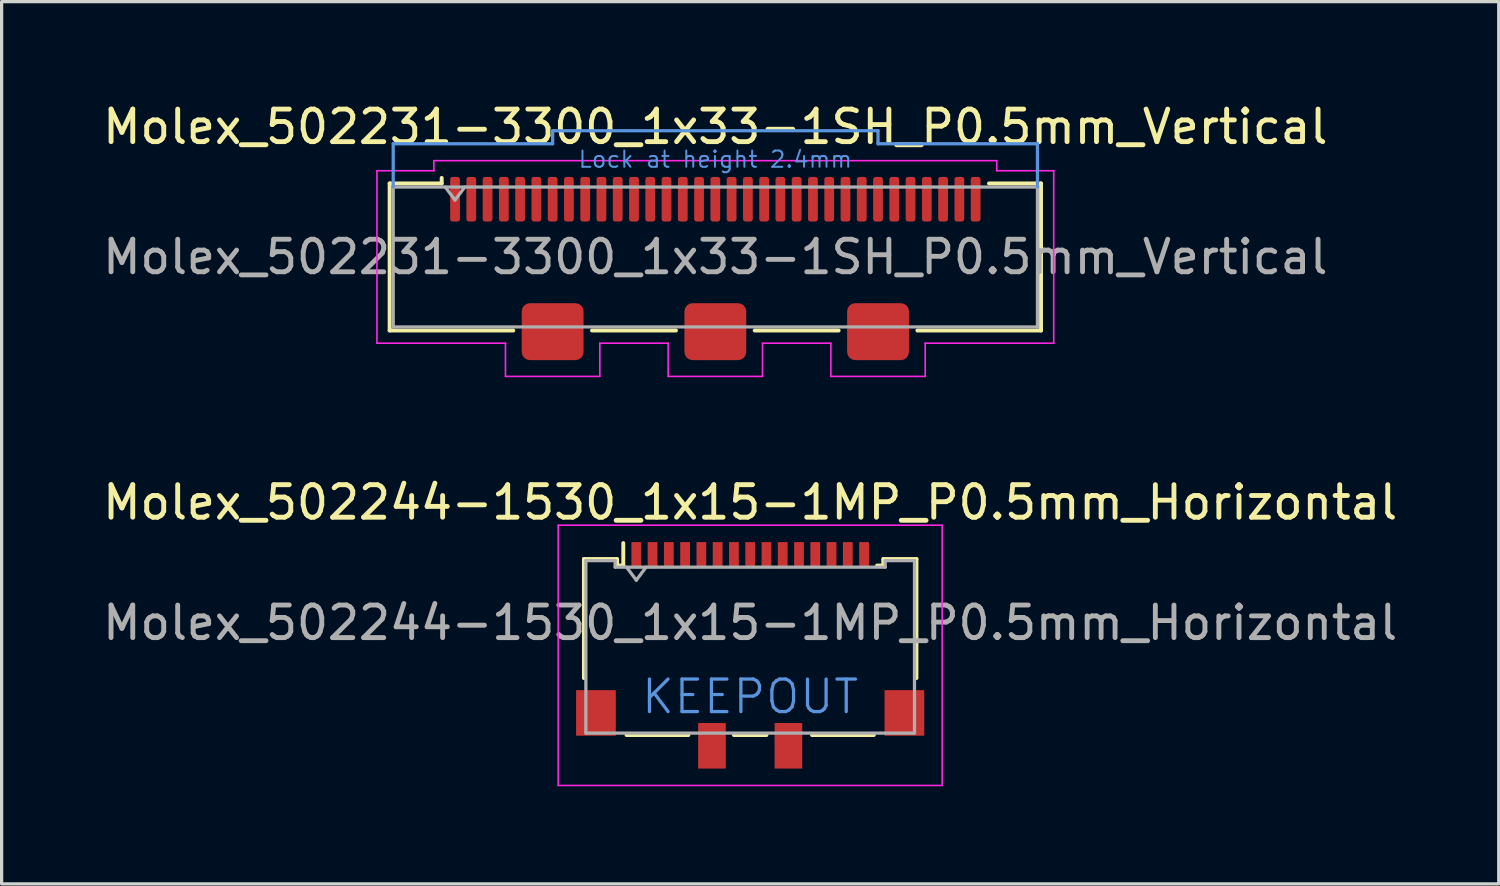
<source format=kicad_pcb>
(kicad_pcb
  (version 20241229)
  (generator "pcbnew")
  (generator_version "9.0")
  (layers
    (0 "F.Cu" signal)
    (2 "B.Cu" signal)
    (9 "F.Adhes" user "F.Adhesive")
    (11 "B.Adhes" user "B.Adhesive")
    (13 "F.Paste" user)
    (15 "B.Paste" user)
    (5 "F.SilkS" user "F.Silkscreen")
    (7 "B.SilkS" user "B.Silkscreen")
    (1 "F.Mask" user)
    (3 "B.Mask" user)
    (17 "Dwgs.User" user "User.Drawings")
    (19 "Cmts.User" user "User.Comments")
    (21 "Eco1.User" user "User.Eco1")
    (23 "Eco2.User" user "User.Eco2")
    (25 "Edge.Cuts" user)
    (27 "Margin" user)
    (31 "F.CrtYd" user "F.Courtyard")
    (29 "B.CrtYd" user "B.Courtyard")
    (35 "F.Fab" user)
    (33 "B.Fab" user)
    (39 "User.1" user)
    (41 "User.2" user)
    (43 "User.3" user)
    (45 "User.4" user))
  (footprint "Molex_502231-3300_1x33-1SH_P0.5mm_Vertical"
    (layer "F.Cu")
    (at 18.935 4.118)
    (property "Reference" "Molex_502231-3300_1x33-1SH_P0.5mm_Vertical" (at 0 -3.27 0) (layer "F.SilkS") (effects (font (size 1 1) (thickness 0.15))))
    (attr smd)
    (fp_line (start -10.01 2.99) (end -10.01 -1.53) (stroke (width 0.12) (type solid)) (layer "F.SilkS"))
    (fp_line (start -8.41 -1.53) (end -10.01 -1.53) (stroke (width 0.12) (type solid)) (layer "F.SilkS"))
    (fp_line (start -8.41 -1.53) (end -8.41 -1.7) (stroke (width 0.12) (type solid)) (layer "F.SilkS"))
    (fp_line (start -6.21 2.99) (end -10.01 2.99) (stroke (width 0.12) (type solid)) (layer "F.SilkS"))
    (fp_line (start -3.79 2.99) (end -1.21 2.99) (stroke (width 0.12) (type solid)) (layer "F.SilkS"))
    (fp_line (start 1.21 2.99) (end 3.79 2.99) (stroke (width 0.12) (type solid)) (layer "F.SilkS"))
    (fp_line (start 6.21 2.99) (end 10.01 2.99) (stroke (width 0.12) (type solid)) (layer "F.SilkS"))
    (fp_line (start 8.41 -1.53) (end 10.01 -1.53) (stroke (width 0.12) (type solid)) (layer "F.SilkS"))
    (fp_line (start 10.01 2.99) (end 10.01 -1.53) (stroke (width 0.12) (type solid)) (layer "F.SilkS"))
    (fp_line (start -9.9 -2.75) (end -9.9 -1.42) (stroke (width 0.1) (type solid)) (layer "Cmts.User"))
    (fp_line (start -5 -3.15) (end -5 -2.75) (stroke (width 0.1) (type solid)) (layer "Cmts.User"))
    (fp_line (start -5 -3.15) (end 5 -3.15) (stroke (width 0.1) (type solid)) (layer "Cmts.User"))
    (fp_line (start -5 -2.75) (end -9.9 -2.75) (stroke (width 0.1) (type solid)) (layer "Cmts.User"))
    (fp_line (start 5 -3.15) (end 5 -2.75) (stroke (width 0.1) (type solid)) (layer "Cmts.User"))
    (fp_line (start 5 -2.75) (end 9.9 -2.75) (stroke (width 0.1) (type solid)) (layer "Cmts.User"))
    (fp_line (start 9.9 -2.75) (end 9.9 -1.42) (stroke (width 0.1) (type solid)) (layer "Cmts.User"))
    (fp_line (start -10.4 -1.92) (end -8.65 -1.92) (stroke (width 0.05) (type solid)) (layer "F.CrtYd"))
    (fp_line (start -10.4 3.38) (end -10.4 -1.92) (stroke (width 0.05) (type solid)) (layer "F.CrtYd"))
    (fp_line (start -8.65 -1.92) (end -8.65 -2.23) (stroke (width 0.05) (type solid)) (layer "F.CrtYd"))
    (fp_line (start -6.45 3.38) (end -10.4 3.38) (stroke (width 0.05) (type solid)) (layer "F.CrtYd"))
    (fp_line (start -6.45 3.38) (end -6.45 4.4) (stroke (width 0.05) (type solid)) (layer "F.CrtYd"))
    (fp_line (start -3.55 3.38) (end -3.55 4.4) (stroke (width 0.05) (type solid)) (layer "F.CrtYd"))
    (fp_line (start -3.55 4.4) (end -6.45 4.4) (stroke (width 0.05) (type solid)) (layer "F.CrtYd"))
    (fp_line (start -1.45 3.38) (end -3.55 3.38) (stroke (width 0.05) (type solid)) (layer "F.CrtYd"))
    (fp_line (start -1.45 3.38) (end -1.45 4.4) (stroke (width 0.05) (type solid)) (layer "F.CrtYd"))
    (fp_line (start -1.45 4.4) (end 1.45 4.4) (stroke (width 0.05) (type solid)) (layer "F.CrtYd"))
    (fp_line (start 1.45 3.38) (end 1.45 4.4) (stroke (width 0.05) (type solid)) (layer "F.CrtYd"))
    (fp_line (start 3.55 3.38) (end 1.45 3.38) (stroke (width 0.05) (type solid)) (layer "F.CrtYd"))
    (fp_line (start 3.55 3.38) (end 3.55 4.4) (stroke (width 0.05) (type solid)) (layer "F.CrtYd"))
    (fp_line (start 3.55 4.4) (end 6.45 4.4) (stroke (width 0.05) (type solid)) (layer "F.CrtYd"))
    (fp_line (start 6.45 3.38) (end 6.45 4.4) (stroke (width 0.05) (type solid)) (layer "F.CrtYd"))
    (fp_line (start 6.45 3.38) (end 10.4 3.38) (stroke (width 0.05) (type solid)) (layer "F.CrtYd"))
    (fp_line (start 8.65 -2.23) (end -8.65 -2.23) (stroke (width 0.05) (type solid)) (layer "F.CrtYd"))
    (fp_line (start 8.65 -1.92) (end 8.65 -2.23) (stroke (width 0.05) (type solid)) (layer "F.CrtYd"))
    (fp_line (start 10.4 -1.92) (end 8.65 -1.92) (stroke (width 0.05) (type solid)) (layer "F.CrtYd"))
    (fp_line (start 10.4 3.38) (end 10.4 -1.92) (stroke (width 0.05) (type solid)) (layer "F.CrtYd"))
    (fp_line (start -9.9 -1.42) (end -9.9 2.88) (stroke (width 0.1) (type solid)) (layer "F.Fab"))
    (fp_line (start -9.9 -1.42) (end 9.9 -1.42) (stroke (width 0.1) (type solid)) (layer "F.Fab"))
    (fp_line (start -9.9 2.88) (end 9.9 2.88) (stroke (width 0.1) (type solid)) (layer "F.Fab"))
    (fp_line (start -8.3 -1.42) (end -8 -1.02) (stroke (width 0.1) (type solid)) (layer "F.Fab"))
    (fp_line (start -8 -1.02) (end -7.7 -1.42) (stroke (width 0.1) (type solid)) (layer "F.Fab"))
    (fp_line (start 9.9 -1.42) (end 9.9 2.88) (stroke (width 0.1) (type solid)) (layer "F.Fab"))
    (fp_text user "Lock at height 2.4mm" (at 0 -2.27 0) (layer "Cmts.User") (effects (font (size 0.5 0.5) (thickness 0.06))))
    (fp_text user "${REFERENCE}" (at 0 0.73 0) (layer "F.Fab") (effects (font (size 1 1) (thickness 0.15))))
    (pad "1" smd roundrect (at -8 -1.045) (size 0.3 1.37) (layers "F.Cu" "F.Mask" "F.Paste") (roundrect_rratio 0.25))
    (pad "2" smd roundrect (at -7.5 -1.045) (size 0.3 1.37) (layers "F.Cu" "F.Mask" "F.Paste") (roundrect_rratio 0.25))
    (pad "3" smd roundrect (at -7 -1.045) (size 0.3 1.37) (layers "F.Cu" "F.Mask" "F.Paste") (roundrect_rratio 0.25))
    (pad "4" smd roundrect (at -6.5 -1.045) (size 0.3 1.37) (layers "F.Cu" "F.Mask" "F.Paste") (roundrect_rratio 0.25))
    (pad "5" smd roundrect (at -6 -1.045) (size 0.3 1.37) (layers "F.Cu" "F.Mask" "F.Paste") (roundrect_rratio 0.25))
    (pad "6" smd roundrect (at -5.5 -1.045) (size 0.3 1.37) (layers "F.Cu" "F.Mask" "F.Paste") (roundrect_rratio 0.25))
    (pad "7" smd roundrect (at -5 -1.045) (size 0.3 1.37) (layers "F.Cu" "F.Mask" "F.Paste") (roundrect_rratio 0.25))
    (pad "8" smd roundrect (at -4.5 -1.045) (size 0.3 1.37) (layers "F.Cu" "F.Mask" "F.Paste") (roundrect_rratio 0.25))
    (pad "9" smd roundrect (at -4 -1.045) (size 0.3 1.37) (layers "F.Cu" "F.Mask" "F.Paste") (roundrect_rratio 0.25))
    (pad "10" smd roundrect (at -3.5 -1.045) (size 0.3 1.37) (layers "F.Cu" "F.Mask" "F.Paste") (roundrect_rratio 0.25))
    (pad "11" smd roundrect (at -3 -1.045) (size 0.3 1.37) (layers "F.Cu" "F.Mask" "F.Paste") (roundrect_rratio 0.25))
    (pad "12" smd roundrect (at -2.5 -1.045) (size 0.3 1.37) (layers "F.Cu" "F.Mask" "F.Paste") (roundrect_rratio 0.25))
    (pad "13" smd roundrect (at -2 -1.045) (size 0.3 1.37) (layers "F.Cu" "F.Mask" "F.Paste") (roundrect_rratio 0.25))
    (pad "14" smd roundrect (at -1.5 -1.045) (size 0.3 1.37) (layers "F.Cu" "F.Mask" "F.Paste") (roundrect_rratio 0.25))
    (pad "15" smd roundrect (at -1 -1.045) (size 0.3 1.37) (layers "F.Cu" "F.Mask" "F.Paste") (roundrect_rratio 0.25))
    (pad "16" smd roundrect (at -0.5 -1.045) (size 0.3 1.37) (layers "F.Cu" "F.Mask" "F.Paste") (roundrect_rratio 0.25))
    (pad "17" smd roundrect (at 0 -1.045) (size 0.3 1.37) (layers "F.Cu" "F.Mask" "F.Paste") (roundrect_rratio 0.25))
    (pad "18" smd roundrect (at 0.5 -1.045) (size 0.3 1.37) (layers "F.Cu" "F.Mask" "F.Paste") (roundrect_rratio 0.25))
    (pad "19" smd roundrect (at 1 -1.045) (size 0.3 1.37) (layers "F.Cu" "F.Mask" "F.Paste") (roundrect_rratio 0.25))
    (pad "20" smd roundrect (at 1.5 -1.045) (size 0.3 1.37) (layers "F.Cu" "F.Mask" "F.Paste") (roundrect_rratio 0.25))
    (pad "21" smd roundrect (at 2 -1.045) (size 0.3 1.37) (layers "F.Cu" "F.Mask" "F.Paste") (roundrect_rratio 0.25))
    (pad "22" smd roundrect (at 2.5 -1.045) (size 0.3 1.37) (layers "F.Cu" "F.Mask" "F.Paste") (roundrect_rratio 0.25))
    (pad "23" smd roundrect (at 3 -1.045) (size 0.3 1.37) (layers "F.Cu" "F.Mask" "F.Paste") (roundrect_rratio 0.25))
    (pad "24" smd roundrect (at 3.5 -1.045) (size 0.3 1.37) (layers "F.Cu" "F.Mask" "F.Paste") (roundrect_rratio 0.25))
    (pad "25" smd roundrect (at 4 -1.045) (size 0.3 1.37) (layers "F.Cu" "F.Mask" "F.Paste") (roundrect_rratio 0.25))
    (pad "26" smd roundrect (at 4.5 -1.045) (size 0.3 1.37) (layers "F.Cu" "F.Mask" "F.Paste") (roundrect_rratio 0.25))
    (pad "27" smd roundrect (at 5 -1.045) (size 0.3 1.37) (layers "F.Cu" "F.Mask" "F.Paste") (roundrect_rratio 0.25))
    (pad "28" smd roundrect (at 5.5 -1.045) (size 0.3 1.37) (layers "F.Cu" "F.Mask" "F.Paste") (roundrect_rratio 0.25))
    (pad "29" smd roundrect (at 6 -1.045) (size 0.3 1.37) (layers "F.Cu" "F.Mask" "F.Paste") (roundrect_rratio 0.25))
    (pad "30" smd roundrect (at 6.5 -1.045) (size 0.3 1.37) (layers "F.Cu" "F.Mask" "F.Paste") (roundrect_rratio 0.25))
    (pad "31" smd roundrect (at 7 -1.045) (size 0.3 1.37) (layers "F.Cu" "F.Mask" "F.Paste") (roundrect_rratio 0.25))
    (pad "32" smd roundrect (at 7.5 -1.045) (size 0.3 1.37) (layers "F.Cu" "F.Mask" "F.Paste") (roundrect_rratio 0.25))
    (pad "33" smd roundrect (at 8 -1.045) (size 0.3 1.37) (layers "F.Cu" "F.Mask" "F.Paste") (roundrect_rratio 0.25))
    (pad "SH" smd roundrect (at -5 3.025) (size 1.9 1.75) (layers "F.Cu" "F.Mask" "F.Paste") (roundrect_rratio 0.143))
    (pad "SH" smd roundrect (at 0 3.025) (size 1.9 1.75) (layers "F.Cu" "F.Mask" "F.Paste") (roundrect_rratio 0.143))
    (pad "SH" smd roundrect (at 5 3.025) (size 1.9 1.75) (layers "F.Cu" "F.Mask" "F.Paste") (roundrect_rratio 0.143)))
  (footprint "Molex_502244-1530_1x15-1MP_P0.5mm_Horizontal"
    (layer "F.Cu")
    (at 20.006 17.091)
    (property "Reference" "Molex_502244-1530_1x15-1MP_P0.5mm_Horizontal" (at 0 -4.7 0) (layer "F.SilkS") (effects (font (size 1 1) (thickness 0.15))))
    (attr smd)
    (fp_line (start -5.11 -2.96) (end -4.1 -2.96) (stroke (width 0.12) (type solid)) (layer "F.SilkS"))
    (fp_line (start -5.11 0.7) (end -5.11 -2.96) (stroke (width 0.12) (type solid)) (layer "F.SilkS"))
    (fp_line (start -4.09 -2.76) (end -4.09 -2.96) (stroke (width 0.12) (type solid)) (layer "F.SilkS"))
    (fp_line (start -4.09 -2.76) (end -3.9 -2.76) (stroke (width 0.12) (type solid)) (layer "F.SilkS"))
    (fp_line (start -3.9 -2.76) (end -3.9 -3.45) (stroke (width 0.12) (type solid)) (layer "F.SilkS"))
    (fp_line (start -3.8 2.45) (end -1.9 2.45) (stroke (width 0.12) (type solid)) (layer "F.SilkS"))
    (fp_line (start -0.5 2.45) (end 0.5 2.45) (stroke (width 0.12) (type solid)) (layer "F.SilkS"))
    (fp_line (start 1.9 2.45) (end 3.8 2.45) (stroke (width 0.12) (type solid)) (layer "F.SilkS"))
    (fp_line (start 4.09 -2.96) (end 4.09 -2.76) (stroke (width 0.12) (type solid)) (layer "F.SilkS"))
    (fp_line (start 4.09 -2.76) (end 3.9 -2.76) (stroke (width 0.12) (type solid)) (layer "F.SilkS"))
    (fp_line (start 4.1 -2.96) (end 5.11 -2.96) (stroke (width 0.12) (type solid)) (layer "F.SilkS"))
    (fp_line (start 5.11 -2.96) (end 5.11 0.7) (stroke (width 0.12) (type solid)) (layer "F.SilkS"))
    (fp_line (start -5.9 -4) (end 5.9 -4) (stroke (width 0.05) (type solid)) (layer "F.CrtYd"))
    (fp_line (start -5.9 4) (end -5.9 -4) (stroke (width 0.05) (type solid)) (layer "F.CrtYd"))
    (fp_line (start 5.9 -4) (end 5.9 4) (stroke (width 0.05) (type solid)) (layer "F.CrtYd"))
    (fp_line (start 5.9 4) (end -5.9 4) (stroke (width 0.05) (type solid)) (layer "F.CrtYd"))
    (fp_line (start -5.05 -2.91) (end -5.05 2.39) (stroke (width 0.1) (type solid)) (layer "F.Fab"))
    (fp_line (start -5.05 2.39) (end 5.05 2.39) (stroke (width 0.1) (type solid)) (layer "F.Fab"))
    (fp_line (start -4.15 -2.91) (end -5.05 -2.91) (stroke (width 0.1) (type solid)) (layer "F.Fab"))
    (fp_line (start -4.15 -2.71) (end -4.15 -2.91) (stroke (width 0.1) (type solid)) (layer "F.Fab"))
    (fp_line (start -3.8 -2.71) (end -3.5 -2.31) (stroke (width 0.1) (type solid)) (layer "F.Fab"))
    (fp_line (start -3.5 -2.31) (end -3.2 -2.71) (stroke (width 0.1) (type solid)) (layer "F.Fab"))
    (fp_line (start 4.15 -2.91) (end 4.15 -2.71) (stroke (width 0.1) (type solid)) (layer "F.Fab"))
    (fp_line (start 4.15 -2.71) (end -4.15 -2.71) (stroke (width 0.1) (type solid)) (layer "F.Fab"))
    (fp_line (start 5.05 -2.91) (end 4.15 -2.91) (stroke (width 0.1) (type solid)) (layer "F.Fab"))
    (fp_line (start 5.05 -2.91) (end 5.05 2.39) (stroke (width 0.1) (type solid)) (layer "F.Fab"))
    (fp_text user "KEEPOUT" (at 0 1.271 0) (layer "Cmts.User") (effects (font (size 1 1) (thickness 0.1))))
    (fp_text user "${REFERENCE}" (at 0 -1 0) (layer "F.Fab") (effects (font (size 1 1) (thickness 0.15))))
    (pad "1" smd rect (at -3.5 -3.08) (size 0.3 0.8) (layers "F.Cu" "F.Mask" "F.Paste"))
    (pad "2" smd rect (at -3 -3.08) (size 0.3 0.8) (layers "F.Cu" "F.Mask" "F.Paste"))
    (pad "3" smd rect (at -2.5 -3.08) (size 0.3 0.8) (layers "F.Cu" "F.Mask" "F.Paste"))
    (pad "4" smd rect (at -2 -3.08) (size 0.3 0.8) (layers "F.Cu" "F.Mask" "F.Paste"))
    (pad "5" smd rect (at -1.5 -3.08) (size 0.3 0.8) (layers "F.Cu" "F.Mask" "F.Paste"))
    (pad "6" smd rect (at -1 -3.08) (size 0.3 0.8) (layers "F.Cu" "F.Mask" "F.Paste"))
    (pad "7" smd rect (at -0.5 -3.08) (size 0.3 0.8) (layers "F.Cu" "F.Mask" "F.Paste"))
    (pad "8" smd rect (at 0 -3.08) (size 0.3 0.8) (layers "F.Cu" "F.Mask" "F.Paste"))
    (pad "9" smd rect (at 0.5 -3.08) (size 0.3 0.8) (layers "F.Cu" "F.Mask" "F.Paste"))
    (pad "10" smd rect (at 1 -3.08) (size 0.3 0.8) (layers "F.Cu" "F.Mask" "F.Paste"))
    (pad "11" smd rect (at 1.5 -3.08) (size 0.3 0.8) (layers "F.Cu" "F.Mask" "F.Paste"))
    (pad "12" smd rect (at 2 -3.08) (size 0.3 0.8) (layers "F.Cu" "F.Mask" "F.Paste"))
    (pad "13" smd rect (at 2.5 -3.08) (size 0.3 0.8) (layers "F.Cu" "F.Mask" "F.Paste"))
    (pad "14" smd rect (at 3 -3.08) (size 0.3 0.8) (layers "F.Cu" "F.Mask" "F.Paste"))
    (pad "15" smd rect (at 3.5 -3.08) (size 0.3 0.8) (layers "F.Cu" "F.Mask" "F.Paste"))
    (pad "MP" smd rect (at -4.74 1.77) (size 1.22 1.4) (layers "F.Cu" "F.Mask" "F.Paste"))
    (pad "MP" smd rect (at -1.175 2.78) (size 0.85 1.4) (layers "F.Cu" "F.Mask" "F.Paste"))
    (pad "MP" smd rect (at 1.175 2.78) (size 0.85 1.4) (layers "F.Cu" "F.Mask" "F.Paste"))
    (pad "MP" smd rect (at 4.74 1.77) (size 1.22 1.4) (layers "F.Cu" "F.Mask" "F.Paste"))
    (zone (net_name "") (layer "F.Cu") (hatch full 0.508) (connect_pads) (min_thickness 0.254) (filled_areas_thickness no) (keepout (tracks not_allowed) (vias not_allowed) (pads not_allowed) (copperpour not_allowed) (footprints not_allowed)) (placement (enabled no)) (fill) (polygon (pts (xy 20.006 19.602) (xy 19.256 19.602) (xy 19.256 19.172) (xy 18.406 19.172) (xy 18.406 19.602) (xy 15.876 19.602) (xy 15.876 17.052) (xy 20.006 17.052))))
    (zone (net_name "") (layer "F.Cu") (hatch full 0.508) (connect_pads) (min_thickness 0.254) (filled_areas_thickness no) (keepout (tracks not_allowed) (vias not_allowed) (pads not_allowed) (copperpour not_allowed) (footprints not_allowed)) (placement (enabled no)) (fill) (polygon (pts (xy 20.006 19.602) (xy 20.756 19.602) (xy 20.756 19.172) (xy 21.606 19.172) (xy 21.606 19.602) (xy 24.136 19.602) (xy 24.136 17.052) (xy 20.006 17.052)))))
  (gr_rect
    (start -3 -3)
    (end 43.012 24.116)
    (stroke (width 0.1) (type default))
    (fill no)
    (layer "Edge.Cuts")))
</source>
